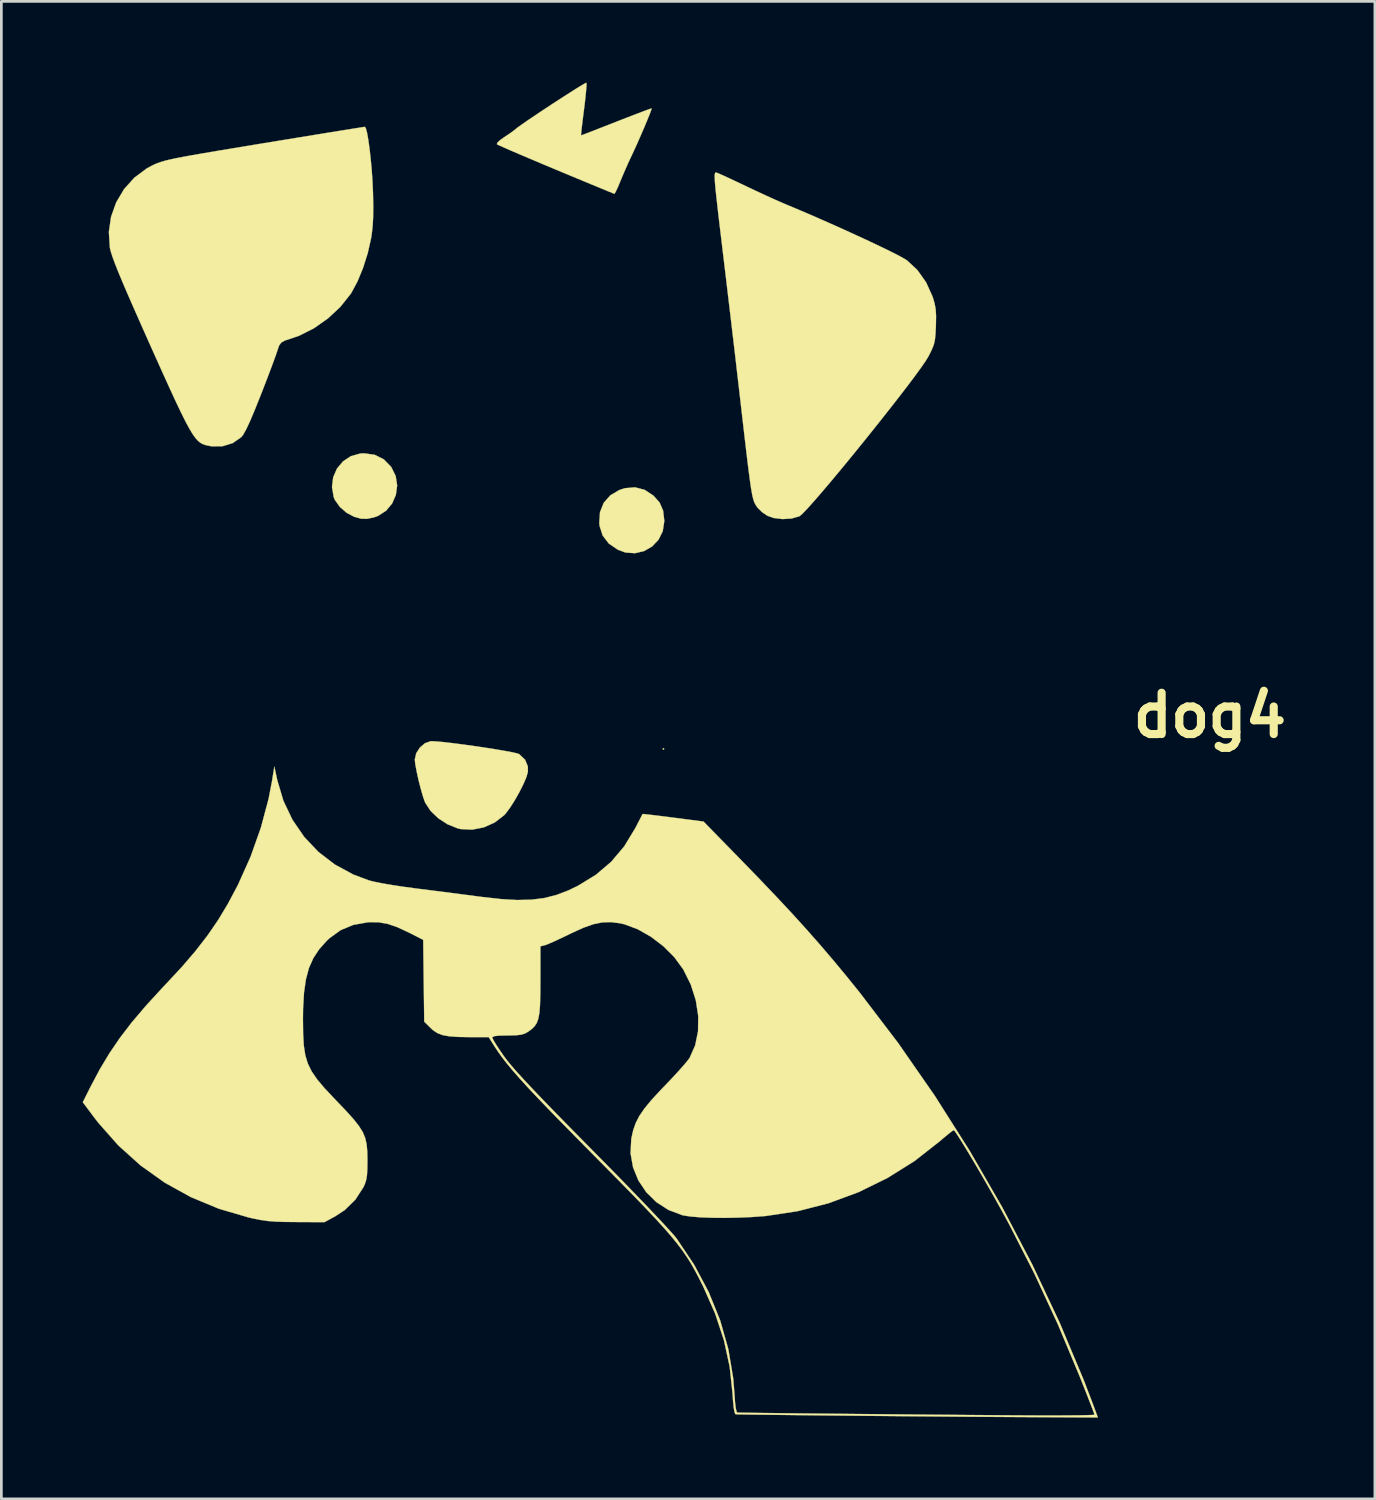
<source format=kicad_pcb>
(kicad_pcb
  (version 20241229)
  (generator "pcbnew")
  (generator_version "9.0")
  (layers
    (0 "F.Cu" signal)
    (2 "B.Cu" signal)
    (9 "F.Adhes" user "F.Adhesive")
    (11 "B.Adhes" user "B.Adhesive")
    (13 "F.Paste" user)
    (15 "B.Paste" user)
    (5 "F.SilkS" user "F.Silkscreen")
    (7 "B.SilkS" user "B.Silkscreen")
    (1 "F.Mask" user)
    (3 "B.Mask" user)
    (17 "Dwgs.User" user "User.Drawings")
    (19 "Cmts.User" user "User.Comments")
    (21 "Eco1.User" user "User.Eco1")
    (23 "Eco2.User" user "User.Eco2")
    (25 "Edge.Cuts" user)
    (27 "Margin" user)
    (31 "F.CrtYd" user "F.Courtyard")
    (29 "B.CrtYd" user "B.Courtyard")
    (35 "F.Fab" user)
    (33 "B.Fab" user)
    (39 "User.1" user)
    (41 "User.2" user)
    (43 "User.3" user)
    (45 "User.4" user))
  (footprint "dog4"
    (layer "F.Cu")
    (at 18.732 24.617)
    (property "Reference" "dog4" (at 22.86 -1.27 0) (layer "F.SilkS") (effects (font (size 1.524 1.524) (thickness 0.3))))
    (attr through_hole)
    (fp_poly (pts (xy 2.731 -0.032) (xy 2.699 0) (xy 2.667 -0.032) (xy 2.699 -0.064) (xy 2.731 -0.032)) (stroke (width 0.01) (type solid)) (fill yes) (layer "F.SilkS"))
    (fp_poly (pts (xy 2.003 -9.593) (xy 2.328 -9.38) (xy 2.558 -9.122) (xy 2.687 -8.824) (xy 2.73 -8.455) (xy 2.73 -8.432) (xy 2.673 -8.064) (xy 2.517 -7.75) (xy 2.281 -7.502) (xy 1.986 -7.333) (xy 1.652 -7.254) (xy 1.299 -7.279) (xy 1.017 -7.382) (xy 0.682 -7.611) (xy 0.458 -7.902) (xy 0.344 -8.256) (xy 0.331 -8.372) (xy 0.358 -8.77) (xy 0.496 -9.113) (xy 0.737 -9.388) (xy 1.07 -9.585) (xy 1.276 -9.652) (xy 1.649 -9.685) (xy 2.003 -9.593)) (stroke (width 0.01) (type solid)) (fill yes) (layer "F.SilkS"))
    (fp_poly (pts (xy -7.955 -10.884) (xy -7.621 -10.718) (xy -7.35 -10.442) (xy -7.343 -10.431) (xy -7.181 -10.103) (xy -7.127 -9.753) (xy -7.174 -9.407) (xy -7.312 -9.089) (xy -7.535 -8.822) (xy -7.832 -8.63) (xy -7.983 -8.576) (xy -8.24 -8.522) (xy -8.455 -8.527) (xy -8.7 -8.594) (xy -8.723 -8.602) (xy -8.997 -8.748) (xy -9.243 -8.964) (xy -9.421 -9.213) (xy -9.468 -9.321) (xy -9.532 -9.696) (xy -9.488 -10.054) (xy -9.348 -10.376) (xy -9.125 -10.643) (xy -8.834 -10.835) (xy -8.488 -10.932) (xy -8.35 -10.94) (xy -7.955 -10.884)) (stroke (width 0.01) (type solid)) (fill yes) (layer "F.SilkS"))
    (fp_poly (pts (xy -5.677 -0.308) (xy -5.407 -0.283) (xy -5.072 -0.244) (xy -4.692 -0.195) (xy -4.291 -0.139) (xy -3.888 -0.08) (xy -3.507 -0.02) (xy -3.168 0.038) (xy -2.894 0.089) (xy -2.705 0.131) (xy -2.628 0.158) (xy -2.408 0.364) (xy -2.304 0.616) (xy -2.302 0.811) (xy -2.356 1.003) (xy -2.468 1.266) (xy -2.618 1.565) (xy -2.79 1.868) (xy -2.966 2.143) (xy -3.126 2.357) (xy -3.178 2.413) (xy -3.524 2.682) (xy -3.928 2.863) (xy -4.357 2.947) (xy -4.781 2.926) (xy -4.893 2.9) (xy -5.267 2.75) (xy -5.613 2.525) (xy -5.897 2.252) (xy -6.09 1.955) (xy -6.108 1.914) (xy -6.181 1.701) (xy -6.261 1.42) (xy -6.34 1.108) (xy -6.407 0.804) (xy -6.456 0.544) (xy -6.476 0.366) (xy -6.476 0.359) (xy -6.424 0.129) (xy -6.289 -0.082) (xy -6.101 -0.242) (xy -5.892 -0.316) (xy -5.86 -0.318) (xy -5.677 -0.308)) (stroke (width 0.01) (type solid)) (fill yes) (layer "F.SilkS"))
    (fp_poly (pts (xy -0.139 -24.541) (xy -0.151 -24.366) (xy -0.175 -24.11) (xy -0.211 -23.797) (xy -0.233 -23.623) (xy -0.275 -23.293) (xy -0.309 -23.012) (xy -0.332 -22.803) (xy -0.342 -22.686) (xy -0.341 -22.67) (xy -0.279 -22.692) (xy -0.117 -22.754) (xy 0.129 -22.849) (xy 0.441 -22.971) (xy 0.803 -23.112) (xy 0.962 -23.175) (xy 1.339 -23.322) (xy 1.673 -23.451) (xy 1.948 -23.556) (xy 2.146 -23.629) (xy 2.251 -23.664) (xy 2.263 -23.666) (xy 2.247 -23.604) (xy 2.189 -23.448) (xy 2.097 -23.223) (xy 1.983 -22.95) (xy 1.855 -22.654) (xy 1.724 -22.356) (xy 1.598 -22.08) (xy 1.532 -21.939) (xy 1.389 -21.632) (xy 1.241 -21.295) (xy 1.115 -20.997) (xy 1.105 -20.971) (xy 1.015 -20.755) (xy 0.94 -20.595) (xy 0.894 -20.519) (xy 0.889 -20.516) (xy 0.825 -20.541) (xy 0.657 -20.609) (xy 0.399 -20.716) (xy 0.063 -20.854) (xy -0.337 -21.02) (xy -0.787 -21.207) (xy -1.27 -21.408) (xy -1.759 -21.613) (xy -2.211 -21.804) (xy -2.613 -21.975) (xy -2.951 -22.12) (xy -3.212 -22.235) (xy -3.383 -22.312) (xy -3.448 -22.346) (xy -3.427 -22.404) (xy -3.32 -22.503) (xy -3.173 -22.607) (xy -2.986 -22.732) (xy -2.837 -22.838) (xy -2.772 -22.891) (xy -2.685 -22.961) (xy -2.515 -23.082) (xy -2.281 -23.244) (xy -1.999 -23.434) (xy -1.688 -23.641) (xy -1.365 -23.854) (xy -1.047 -24.06) (xy -0.751 -24.25) (xy -0.496 -24.411) (xy -0.298 -24.532) (xy -0.176 -24.601) (xy -0.144 -24.612) (xy -0.139 -24.541)) (stroke (width 0.01) (type solid)) (fill yes) (layer "F.SilkS"))
    (fp_poly (pts (xy -8.28 -22.927) (xy -8.236 -22.759) (xy -8.191 -22.504) (xy -8.146 -22.181) (xy -8.104 -21.808) (xy -8.067 -21.407) (xy -8.038 -20.995) (xy -8.02 -20.594) (xy -8.018 -20.542) (xy -8.009 -20.052) (xy -8.013 -19.655) (xy -8.031 -19.322) (xy -8.066 -19.02) (xy -8.09 -18.869) (xy -8.212 -18.328) (xy -8.383 -17.787) (xy -8.588 -17.287) (xy -8.813 -16.868) (xy -8.847 -16.816) (xy -9.224 -16.343) (xy -9.685 -15.914) (xy -10.201 -15.552) (xy -10.741 -15.28) (xy -11.049 -15.173) (xy -11.27 -15.102) (xy -11.403 -15.027) (xy -11.483 -14.916) (xy -11.546 -14.736) (xy -11.551 -14.717) (xy -11.597 -14.58) (xy -11.682 -14.346) (xy -11.797 -14.035) (xy -11.936 -13.67) (xy -12.09 -13.271) (xy -12.167 -13.075) (xy -12.379 -12.546) (xy -12.554 -12.132) (xy -12.696 -11.828) (xy -12.807 -11.628) (xy -12.877 -11.538) (xy -13.197 -11.316) (xy -13.57 -11.201) (xy -13.974 -11.197) (xy -14.201 -11.245) (xy -14.296 -11.279) (xy -14.386 -11.327) (xy -14.476 -11.4) (xy -14.571 -11.505) (xy -14.675 -11.652) (xy -14.794 -11.849) (xy -14.933 -12.106) (xy -15.095 -12.431) (xy -15.287 -12.833) (xy -15.512 -13.32) (xy -15.777 -13.903) (xy -16.085 -14.588) (xy -16.241 -14.936) (xy -16.569 -15.673) (xy -16.848 -16.304) (xy -17.081 -16.837) (xy -17.272 -17.283) (xy -17.424 -17.649) (xy -17.541 -17.945) (xy -17.628 -18.181) (xy -17.687 -18.364) (xy -17.723 -18.504) (xy -17.729 -18.54) (xy -17.765 -19.11) (xy -17.683 -19.67) (xy -17.493 -20.202) (xy -17.203 -20.689) (xy -16.823 -21.112) (xy -16.363 -21.454) (xy -16.17 -21.558) (xy -16.069 -21.606) (xy -15.966 -21.649) (xy -15.849 -21.69) (xy -15.708 -21.732) (xy -15.533 -21.775) (xy -15.312 -21.823) (xy -15.035 -21.877) (xy -14.692 -21.94) (xy -14.271 -22.013) (xy -13.762 -22.099) (xy -13.155 -22.2) (xy -12.438 -22.319) (xy -12.043 -22.384) (xy -11.375 -22.493) (xy -10.745 -22.596) (xy -10.164 -22.691) (xy -9.642 -22.776) (xy -9.191 -22.849) (xy -8.823 -22.908) (xy -8.547 -22.952) (xy -8.376 -22.979) (xy -8.32 -22.987) (xy -8.28 -22.927)) (stroke (width 0.01) (type solid)) (fill yes) (layer "F.SilkS"))
    (fp_poly (pts (xy 4.659 -21.297) (xy 4.757 -21.257) (xy 4.947 -21.172) (xy 5.207 -21.052) (xy 5.514 -20.907) (xy 5.742 -20.798) (xy 6.11 -20.624) (xy 6.483 -20.451) (xy 6.827 -20.295) (xy 7.107 -20.172) (xy 7.207 -20.13) (xy 7.719 -19.915) (xy 8.255 -19.685) (xy 8.8 -19.445) (xy 9.341 -19.203) (xy 9.861 -18.966) (xy 10.345 -18.741) (xy 10.78 -18.534) (xy 11.149 -18.353) (xy 11.438 -18.204) (xy 11.632 -18.094) (xy 11.686 -18.059) (xy 12.072 -17.7) (xy 12.392 -17.247) (xy 12.63 -16.721) (xy 12.638 -16.697) (xy 12.705 -16.472) (xy 12.744 -16.259) (xy 12.759 -16.015) (xy 12.754 -15.696) (xy 12.753 -15.642) (xy 12.738 -15.338) (xy 12.715 -15.118) (xy 12.672 -14.938) (xy 12.598 -14.756) (xy 12.484 -14.529) (xy 12.476 -14.514) (xy 12.376 -14.35) (xy 12.209 -14.107) (xy 11.983 -13.797) (xy 11.708 -13.431) (xy 11.392 -13.02) (xy 11.045 -12.575) (xy 10.675 -12.107) (xy 10.292 -11.627) (xy 9.904 -11.146) (xy 9.521 -10.676) (xy 9.151 -10.228) (xy 8.804 -9.813) (xy 8.488 -9.442) (xy 8.213 -9.126) (xy 7.988 -8.876) (xy 7.821 -8.704) (xy 7.721 -8.62) (xy 7.716 -8.617) (xy 7.43 -8.534) (xy 7.094 -8.513) (xy 6.764 -8.554) (xy 6.53 -8.638) (xy 6.343 -8.765) (xy 6.186 -8.918) (xy 6.168 -8.941) (xy 6.127 -8.998) (xy 6.092 -9.053) (xy 6.059 -9.116) (xy 6.029 -9.194) (xy 6 -9.298) (xy 5.97 -9.437) (xy 5.937 -9.621) (xy 5.902 -9.858) (xy 5.861 -10.158) (xy 5.814 -10.531) (xy 5.759 -10.985) (xy 5.695 -11.53) (xy 5.62 -12.175) (xy 5.533 -12.931) (xy 5.457 -13.589) (xy 5.405 -14.033) (xy 5.342 -14.58) (xy 5.268 -15.205) (xy 5.188 -15.884) (xy 5.103 -16.595) (xy 5.018 -17.312) (xy 4.934 -18.013) (xy 4.895 -18.336) (xy 4.812 -19.028) (xy 4.743 -19.605) (xy 4.689 -20.076) (xy 4.647 -20.453) (xy 4.617 -20.745) (xy 4.598 -20.962) (xy 4.59 -21.116) (xy 4.592 -21.216) (xy 4.602 -21.274) (xy 4.62 -21.298) (xy 4.646 -21.3) (xy 4.659 -21.297)) (stroke (width 0.01) (type solid)) (fill yes) (layer "F.SilkS"))
    (fp_poly (pts (xy -11.551 1.12) (xy -11.325 1.881) (xy -10.991 2.582) (xy -10.559 3.213) (xy -10.035 3.767) (xy -9.428 4.233) (xy -8.746 4.603) (xy -8.165 4.821) (xy -7.96 4.872) (xy -7.658 4.932) (xy -7.288 4.995) (xy -6.88 5.057) (xy -6.482 5.111) (xy -5.978 5.174) (xy -5.404 5.247) (xy -4.815 5.323) (xy -4.267 5.395) (xy -4 5.43) (xy -3.301 5.509) (xy -2.698 5.544) (xy -2.17 5.531) (xy -1.694 5.47) (xy -1.247 5.356) (xy -0.805 5.187) (xy -0.453 5.017) (xy 0.209 4.611) (xy 0.774 4.13) (xy 1.253 3.562) (xy 1.658 2.895) (xy 1.659 2.894) (xy 1.776 2.667) (xy 1.868 2.489) (xy 1.923 2.385) (xy 1.931 2.369) (xy 1.994 2.373) (xy 2.162 2.392) (xy 2.415 2.422) (xy 2.734 2.461) (xy 3.059 2.503) (xy 4.178 2.648) (xy 5.475 3.975) (xy 6.202 4.724) (xy 6.851 5.405) (xy 7.439 6.034) (xy 7.98 6.63) (xy 8.491 7.21) (xy 8.988 7.793) (xy 9.486 8.394) (xy 9.949 8.968) (xy 11.361 10.822) (xy 12.714 12.77) (xy 13.996 14.793) (xy 15.197 16.874) (xy 16.308 18.994) (xy 17.318 21.136) (xy 18.217 23.281) (xy 18.547 24.146) (xy 18.729 24.638) (xy 16.239 24.625) (xy 15.709 24.622) (xy 15.074 24.618) (xy 14.353 24.613) (xy 13.567 24.607) (xy 12.738 24.6) (xy 11.885 24.593) (xy 11.031 24.585) (xy 10.195 24.577) (xy 9.588 24.571) (xy 8.872 24.564) (xy 8.193 24.557) (xy 7.561 24.55) (xy 6.988 24.543) (xy 6.484 24.537) (xy 6.06 24.532) (xy 5.726 24.527) (xy 5.494 24.524) (xy 5.374 24.521) (xy 5.36 24.52) (xy 5.324 24.454) (xy 5.292 24.273) (xy 5.264 23.99) (xy 5.25 23.765) (xy 5.143 22.766) (xy 4.931 21.785) (xy 4.607 20.805) (xy 4.167 19.807) (xy 4.154 19.78) (xy 4.006 19.486) (xy 3.864 19.218) (xy 3.722 18.967) (xy 3.57 18.724) (xy 3.403 18.48) (xy 3.211 18.226) (xy 2.988 17.953) (xy 2.727 17.652) (xy 2.418 17.313) (xy 2.055 16.928) (xy 1.631 16.487) (xy 1.137 15.982) (xy 0.566 15.403) (xy 0.09 14.922) (xy -0.543 14.282) (xy -1.092 13.723) (xy -1.566 13.236) (xy -1.972 12.812) (xy -2.317 12.445) (xy -2.609 12.124) (xy -2.856 11.843) (xy -3.064 11.593) (xy -3.242 11.365) (xy -3.396 11.151) (xy -3.535 10.943) (xy -3.578 10.874) (xy -3.738 10.62) (xy -3.618 10.62) (xy -3.582 10.701) (xy -3.487 10.861) (xy -3.347 11.076) (xy -3.19 11.303) (xy -3.069 11.465) (xy -2.907 11.662) (xy -2.699 11.9) (xy -2.439 12.185) (xy -2.12 12.525) (xy -1.737 12.926) (xy -1.283 13.395) (xy -0.751 13.937) (xy -0.137 14.56) (xy 0.033 14.732) (xy 0.538 15.244) (xy 1.025 15.741) (xy 1.485 16.214) (xy 1.909 16.654) (xy 2.289 17.052) (xy 2.615 17.398) (xy 2.878 17.683) (xy 3.07 17.896) (xy 3.182 18.03) (xy 3.185 18.034) (xy 3.833 19.004) (xy 4.37 20.013) (xy 4.791 21.052) (xy 5.093 22.114) (xy 5.273 23.189) (xy 5.317 23.733) (xy 5.34 24.068) (xy 5.369 24.306) (xy 5.403 24.436) (xy 5.423 24.457) (xy 5.501 24.459) (xy 5.694 24.463) (xy 5.993 24.467) (xy 6.386 24.472) (xy 6.863 24.478) (xy 7.411 24.484) (xy 8.021 24.491) (xy 8.68 24.498) (xy 9.379 24.505) (xy 10.107 24.512) (xy 10.852 24.519) (xy 11.603 24.526) (xy 12.349 24.533) (xy 13.08 24.539) (xy 13.785 24.545) (xy 14.452 24.55) (xy 15.071 24.555) (xy 15.63 24.559) (xy 16.119 24.561) (xy 16.208 24.562) (xy 16.746 24.564) (xy 17.242 24.564) (xy 17.681 24.561) (xy 18.051 24.558) (xy 18.338 24.552) (xy 18.527 24.545) (xy 18.604 24.537) (xy 18.605 24.536) (xy 18.583 24.468) (xy 18.52 24.3) (xy 18.423 24.048) (xy 18.299 23.729) (xy 18.153 23.361) (xy 18.069 23.148) (xy 17.252 21.196) (xy 16.386 19.328) (xy 15.454 17.504) (xy 15.196 17.029) (xy 14.972 16.625) (xy 14.735 16.206) (xy 14.494 15.786) (xy 14.257 15.379) (xy 14.033 15.001) (xy 13.83 14.665) (xy 13.658 14.387) (xy 13.525 14.18) (xy 13.439 14.059) (xy 13.412 14.034) (xy 13.348 14.073) (xy 13.212 14.179) (xy 13.026 14.333) (xy 12.89 14.45) (xy 11.964 15.176) (xy 10.965 15.801) (xy 9.905 16.321) (xy 8.795 16.732) (xy 7.646 17.027) (xy 6.47 17.204) (xy 6.445 17.206) (xy 5.974 17.241) (xy 5.474 17.263) (xy 4.971 17.272) (xy 4.489 17.268) (xy 4.055 17.252) (xy 3.692 17.222) (xy 3.426 17.181) (xy 3.395 17.173) (xy 2.884 16.98) (xy 2.437 16.691) (xy 2.062 16.321) (xy 1.772 15.888) (xy 1.577 15.407) (xy 1.486 14.894) (xy 1.512 14.365) (xy 1.516 14.337) (xy 1.582 14.042) (xy 1.675 13.774) (xy 1.808 13.514) (xy 1.996 13.24) (xy 2.249 12.932) (xy 2.582 12.57) (xy 2.731 12.416) (xy 3 12.134) (xy 3.246 11.868) (xy 3.451 11.636) (xy 3.599 11.458) (xy 3.666 11.367) (xy 3.871 10.904) (xy 3.976 10.384) (xy 3.983 9.826) (xy 3.894 9.247) (xy 3.71 8.668) (xy 3.432 8.108) (xy 3.421 8.091) (xy 3.1 7.653) (xy 2.696 7.248) (xy 2.236 6.898) (xy 1.748 6.621) (xy 1.26 6.439) (xy 1.092 6.401) (xy 0.76 6.359) (xy 0.444 6.369) (xy 0.116 6.436) (xy -0.254 6.566) (xy -0.693 6.766) (xy -0.754 6.796) (xy -1.05 6.939) (xy -1.319 7.064) (xy -1.533 7.158) (xy -1.664 7.208) (xy -1.674 7.211) (xy -1.841 7.253) (xy -1.841 8.533) (xy -1.844 9.025) (xy -1.855 9.409) (xy -1.877 9.701) (xy -1.917 9.921) (xy -1.977 10.085) (xy -2.062 10.211) (xy -2.176 10.318) (xy -2.286 10.398) (xy -2.41 10.47) (xy -2.547 10.513) (xy -2.734 10.534) (xy -3.007 10.541) (xy -3.057 10.541) (xy -3.349 10.547) (xy -3.528 10.565) (xy -3.61 10.599) (xy -3.618 10.62) (xy -3.738 10.62) (xy -3.748 10.604) (xy -4.462 10.603) (xy -4.888 10.596) (xy -5.212 10.572) (xy -5.456 10.526) (xy -5.646 10.453) (xy -5.805 10.346) (xy -5.9 10.259) (xy -6.128 10.031) (xy -6.147 8.522) (xy -6.166 7.013) (xy -6.686 6.748) (xy -7.113 6.549) (xy -7.478 6.424) (xy -7.814 6.365) (xy -8.157 6.362) (xy -8.211 6.366) (xy -8.748 6.462) (xy -9.214 6.656) (xy -9.63 6.958) (xy -9.733 7.056) (xy -10.006 7.363) (xy -10.22 7.688) (xy -10.381 8.049) (xy -10.493 8.466) (xy -10.564 8.957) (xy -10.598 9.542) (xy -10.603 9.938) (xy -10.597 10.469) (xy -10.573 10.903) (xy -10.518 11.265) (xy -10.423 11.58) (xy -10.278 11.874) (xy -10.072 12.172) (xy -9.794 12.5) (xy -9.433 12.884) (xy -9.366 12.954) (xy -9.013 13.323) (xy -8.741 13.625) (xy -8.54 13.878) (xy -8.398 14.104) (xy -8.307 14.321) (xy -8.254 14.552) (xy -8.23 14.814) (xy -8.224 15.129) (xy -8.224 15.145) (xy -8.227 15.472) (xy -8.241 15.705) (xy -8.271 15.881) (xy -8.321 16.031) (xy -8.372 16.143) (xy -8.67 16.602) (xy -9.063 16.986) (xy -9.409 17.213) (xy -9.811 17.431) (xy -10.858 17.426) (xy -11.289 17.422) (xy -11.627 17.41) (xy -11.91 17.387) (xy -12.171 17.349) (xy -12.447 17.294) (xy -12.605 17.258) (xy -13.702 16.937) (xy -14.736 16.508) (xy -15.702 15.974) (xy -16.596 15.337) (xy -17.415 14.6) (xy -18.152 13.766) (xy -18.306 13.567) (xy -18.727 13.005) (xy -18.439 12.431) (xy -18.102 11.795) (xy -17.746 11.202) (xy -17.357 10.63) (xy -16.916 10.055) (xy -16.408 9.457) (xy -15.817 8.812) (xy -15.669 8.655) (xy -15.074 8.015) (xy -14.566 7.423) (xy -14.126 6.855) (xy -13.735 6.286) (xy -13.377 5.691) (xy -13.033 5.045) (xy -13 4.981) (xy -12.538 3.952) (xy -12.158 2.883) (xy -11.871 1.81) (xy -11.744 1.151) (xy -11.659 0.619) (xy -11.551 1.12)) (stroke (width 0.01) (type solid)) (fill yes) (layer "F.SilkS")))
  (gr_rect
    (start -3 -3)
    (end 47.684 52.26)
    (stroke (width 0.1) (type default))
    (fill no)
    (layer "Edge.Cuts")))
</source>
